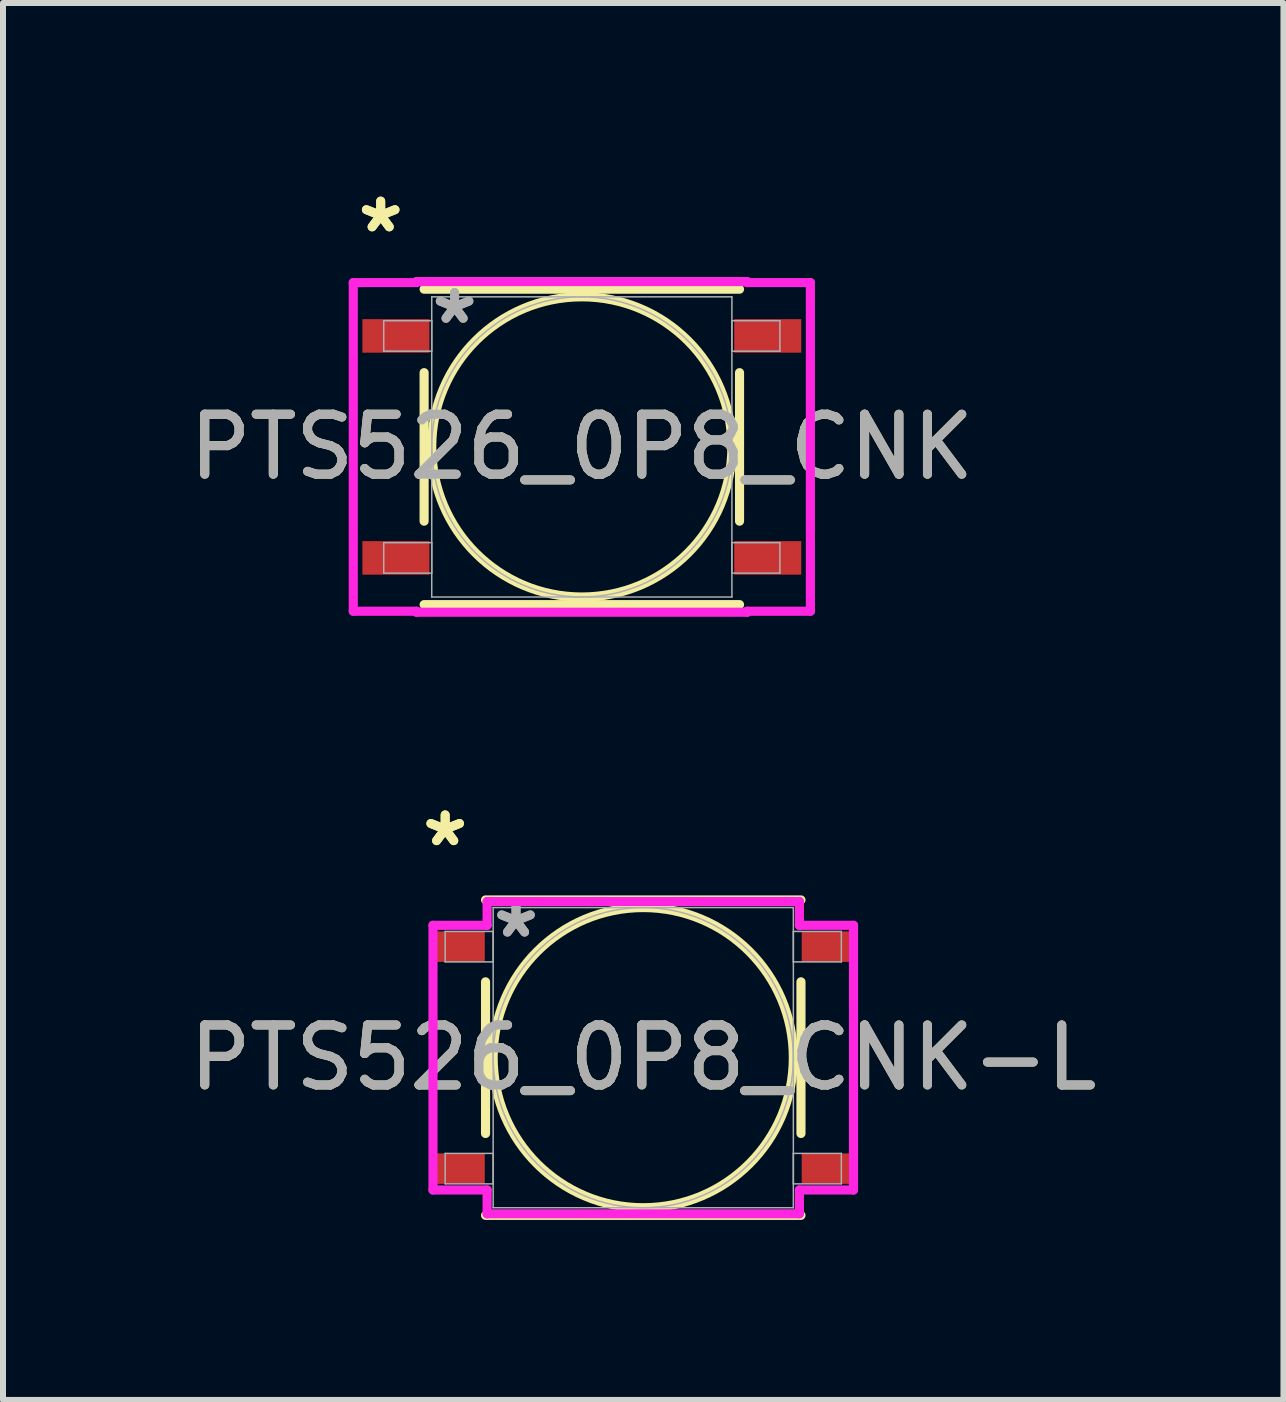
<source format=kicad_pcb>
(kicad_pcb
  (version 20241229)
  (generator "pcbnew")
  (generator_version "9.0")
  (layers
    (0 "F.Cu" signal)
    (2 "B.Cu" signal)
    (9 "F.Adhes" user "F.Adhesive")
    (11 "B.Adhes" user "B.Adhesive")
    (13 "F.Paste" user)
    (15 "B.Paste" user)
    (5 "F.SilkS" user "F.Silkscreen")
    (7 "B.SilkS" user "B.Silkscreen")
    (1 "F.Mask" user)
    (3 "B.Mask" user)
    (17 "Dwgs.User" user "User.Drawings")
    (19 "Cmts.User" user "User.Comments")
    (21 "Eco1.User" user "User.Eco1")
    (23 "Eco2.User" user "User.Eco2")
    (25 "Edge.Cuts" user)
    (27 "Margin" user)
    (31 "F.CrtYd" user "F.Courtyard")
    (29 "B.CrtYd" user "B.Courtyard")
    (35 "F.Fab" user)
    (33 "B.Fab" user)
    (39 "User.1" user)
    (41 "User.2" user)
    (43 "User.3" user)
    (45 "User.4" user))
  (footprint "PTS526_0P8_CNK"
    (layer "F.Cu")
    (at 6.649 4.4)
    (property "Reference" "PTS526_0P8_CNK" (at 0 0 0) (unlocked yes) (layer "F.SilkS") (effects (font (size 1 1) (thickness 0.15))))
    (attr smd)
    (fp_line (start -2.629 -1.238) (end -2.629 1.238) (stroke (width 0.152) (type solid)) (layer "F.SilkS"))
    (fp_line (start -2.629 2.629) (end 2.629 2.629) (stroke (width 0.152) (type solid)) (layer "F.SilkS"))
    (fp_line (start 2.629 -2.629) (end -2.629 -2.629) (stroke (width 0.152) (type solid)) (layer "F.SilkS"))
    (fp_line (start 2.629 1.238) (end 2.629 -1.238) (stroke (width 0.152) (type solid)) (layer "F.SilkS"))
    (fp_circle (center 0 0) (end 2.502 0) (stroke (width 0.152) (type solid)) (fill no) (layer "F.SilkS"))
    (fp_line (start -3.81 -2.739) (end -2.756 -2.739) (stroke (width 0.152) (type solid)) (layer "F.CrtYd"))
    (fp_line (start -3.81 2.739) (end -3.81 -2.739) (stroke (width 0.152) (type solid)) (layer "F.CrtYd"))
    (fp_line (start -2.756 -2.756) (end 2.756 -2.756) (stroke (width 0.152) (type solid)) (layer "F.CrtYd"))
    (fp_line (start -2.756 -2.739) (end -2.756 -2.756) (stroke (width 0.152) (type solid)) (layer "F.CrtYd"))
    (fp_line (start -2.756 2.739) (end -3.81 2.739) (stroke (width 0.152) (type solid)) (layer "F.CrtYd"))
    (fp_line (start -2.756 2.756) (end -2.756 2.739) (stroke (width 0.152) (type solid)) (layer "F.CrtYd"))
    (fp_line (start 2.756 -2.756) (end 2.756 -2.739) (stroke (width 0.152) (type solid)) (layer "F.CrtYd"))
    (fp_line (start 2.756 -2.739) (end 3.81 -2.739) (stroke (width 0.152) (type solid)) (layer "F.CrtYd"))
    (fp_line (start 2.756 2.739) (end 2.756 2.756) (stroke (width 0.152) (type solid)) (layer "F.CrtYd"))
    (fp_line (start 2.756 2.756) (end -2.756 2.756) (stroke (width 0.152) (type solid)) (layer "F.CrtYd"))
    (fp_line (start 3.81 -2.739) (end 3.81 2.739) (stroke (width 0.152) (type solid)) (layer "F.CrtYd"))
    (fp_line (start 3.81 2.739) (end 2.756 2.739) (stroke (width 0.152) (type solid)) (layer "F.CrtYd"))
    (fp_line (start -3.302 -2.104) (end -3.302 -1.596) (stroke (width 0.025) (type solid)) (layer "F.Fab"))
    (fp_line (start -3.302 -1.596) (end -2.502 -1.596) (stroke (width 0.025) (type solid)) (layer "F.Fab"))
    (fp_line (start -3.302 1.596) (end -3.302 2.104) (stroke (width 0.025) (type solid)) (layer "F.Fab"))
    (fp_line (start -3.302 2.104) (end -2.502 2.104) (stroke (width 0.025) (type solid)) (layer "F.Fab"))
    (fp_line (start -2.502 -2.502) (end -2.502 2.502) (stroke (width 0.025) (type solid)) (layer "F.Fab"))
    (fp_line (start -2.502 -2.104) (end -3.302 -2.104) (stroke (width 0.025) (type solid)) (layer "F.Fab"))
    (fp_line (start -2.502 -1.596) (end -2.502 -2.104) (stroke (width 0.025) (type solid)) (layer "F.Fab"))
    (fp_line (start -2.502 1.596) (end -3.302 1.596) (stroke (width 0.025) (type solid)) (layer "F.Fab"))
    (fp_line (start -2.502 2.104) (end -2.502 1.596) (stroke (width 0.025) (type solid)) (layer "F.Fab"))
    (fp_line (start -2.502 2.502) (end 2.502 2.502) (stroke (width 0.025) (type solid)) (layer "F.Fab"))
    (fp_line (start 2.502 -2.502) (end -2.502 -2.502) (stroke (width 0.025) (type solid)) (layer "F.Fab"))
    (fp_line (start 2.502 -2.104) (end 2.502 -1.596) (stroke (width 0.025) (type solid)) (layer "F.Fab"))
    (fp_line (start 2.502 -1.596) (end 3.302 -1.596) (stroke (width 0.025) (type solid)) (layer "F.Fab"))
    (fp_line (start 2.502 1.596) (end 2.502 2.104) (stroke (width 0.025) (type solid)) (layer "F.Fab"))
    (fp_line (start 2.502 2.104) (end 3.302 2.104) (stroke (width 0.025) (type solid)) (layer "F.Fab"))
    (fp_line (start 2.502 2.502) (end 2.502 -2.502) (stroke (width 0.025) (type solid)) (layer "F.Fab"))
    (fp_line (start 3.302 -2.104) (end 2.502 -2.104) (stroke (width 0.025) (type solid)) (layer "F.Fab"))
    (fp_line (start 3.302 -1.596) (end 3.302 -2.104) (stroke (width 0.025) (type solid)) (layer "F.Fab"))
    (fp_line (start 3.302 1.596) (end 2.502 1.596) (stroke (width 0.025) (type solid)) (layer "F.Fab"))
    (fp_line (start 3.302 2.104) (end 3.302 1.596) (stroke (width 0.025) (type solid)) (layer "F.Fab"))
    (fp_circle (center 0 0) (end 2.502 0) (stroke (width 0.025) (type solid)) (fill no) (layer "F.Fab"))
    (fp_text user "*" (at -3.353 -3.552 0) (unlocked yes) (layer "F.SilkS") (effects (font (size 1 1) (thickness 0.15))))
    (fp_text user "*" (at -3.353 -3.552 0) (layer "F.SilkS") (effects (font (size 1 1) (thickness 0.15))))
    (fp_text user "${REFERENCE}" (at 0 0 0) (unlocked yes) (layer "F.Fab") (effects (font (size 1 1) (thickness 0.15))))
    (fp_text user "*" (at -2.121 -2.028 0) (layer "F.Fab") (effects (font (size 1 1) (thickness 0.15))))
    (fp_text user "*" (at -2.121 -2.028 0) (unlocked yes) (layer "F.Fab") (effects (font (size 1 1) (thickness 0.15))))
    (pad "1" smd rect (at -3.099 -1.85) (size 1.118 0.559) (layers "F.Cu" "F.Mask" "F.Paste"))
    (pad "2" smd rect (at 3.099 -1.85) (size 1.118 0.559) (layers "F.Cu" "F.Mask" "F.Paste"))
    (pad "3" smd rect (at -3.099 1.85) (size 1.118 0.559) (layers "F.Cu" "F.Mask" "F.Paste"))
    (pad "4" smd rect (at 3.099 1.85) (size 1.118 0.559) (layers "F.Cu" "F.Mask" "F.Paste")))
  (footprint "PTS526_0P8_CNK-L"
    (layer "F.Cu")
    (at 7.673 14.581)
    (property "Reference" "PTS526_0P8_CNK-L" (at 0 0 0) (unlocked yes) (layer "F.SilkS") (effects (font (size 1 1) (thickness 0.15))))
    (attr smd)
    (fp_line (start -2.629 -1.264) (end -2.629 1.264) (stroke (width 0.152) (type solid)) (layer "F.SilkS"))
    (fp_line (start -2.629 2.629) (end 2.629 2.629) (stroke (width 0.152) (type solid)) (layer "F.SilkS"))
    (fp_line (start 2.629 -2.629) (end -2.629 -2.629) (stroke (width 0.152) (type solid)) (layer "F.SilkS"))
    (fp_line (start 2.629 1.264) (end 2.629 -1.264) (stroke (width 0.152) (type solid)) (layer "F.SilkS"))
    (fp_circle (center 0 0) (end 2.502 0) (stroke (width 0.152) (type solid)) (fill no) (layer "F.SilkS"))
    (fp_line (start -3.505 -2.206) (end -2.603 -2.206) (stroke (width 0.152) (type solid)) (layer "F.CrtYd"))
    (fp_line (start -3.505 2.206) (end -3.505 -2.206) (stroke (width 0.152) (type solid)) (layer "F.CrtYd"))
    (fp_line (start -2.603 -2.603) (end 2.603 -2.603) (stroke (width 0.152) (type solid)) (layer "F.CrtYd"))
    (fp_line (start -2.603 -2.206) (end -2.603 -2.603) (stroke (width 0.152) (type solid)) (layer "F.CrtYd"))
    (fp_line (start -2.603 2.206) (end -3.505 2.206) (stroke (width 0.152) (type solid)) (layer "F.CrtYd"))
    (fp_line (start -2.603 2.603) (end -2.603 2.206) (stroke (width 0.152) (type solid)) (layer "F.CrtYd"))
    (fp_line (start 2.603 -2.603) (end 2.603 -2.206) (stroke (width 0.152) (type solid)) (layer "F.CrtYd"))
    (fp_line (start 2.603 -2.206) (end 3.505 -2.206) (stroke (width 0.152) (type solid)) (layer "F.CrtYd"))
    (fp_line (start 2.603 2.206) (end 2.603 2.603) (stroke (width 0.152) (type solid)) (layer "F.CrtYd"))
    (fp_line (start 2.603 2.603) (end -2.603 2.603) (stroke (width 0.152) (type solid)) (layer "F.CrtYd"))
    (fp_line (start 3.505 -2.206) (end 3.505 2.206) (stroke (width 0.152) (type solid)) (layer "F.CrtYd"))
    (fp_line (start 3.505 2.206) (end 2.603 2.206) (stroke (width 0.152) (type solid)) (layer "F.CrtYd"))
    (fp_line (start -3.302 -2.104) (end -3.302 -1.596) (stroke (width 0.025) (type solid)) (layer "F.Fab"))
    (fp_line (start -3.302 -1.596) (end -2.502 -1.596) (stroke (width 0.025) (type solid)) (layer "F.Fab"))
    (fp_line (start -3.302 1.596) (end -3.302 2.104) (stroke (width 0.025) (type solid)) (layer "F.Fab"))
    (fp_line (start -3.302 2.104) (end -2.502 2.104) (stroke (width 0.025) (type solid)) (layer "F.Fab"))
    (fp_line (start -2.502 -2.502) (end -2.502 2.502) (stroke (width 0.025) (type solid)) (layer "F.Fab"))
    (fp_line (start -2.502 -2.104) (end -3.302 -2.104) (stroke (width 0.025) (type solid)) (layer "F.Fab"))
    (fp_line (start -2.502 -1.596) (end -2.502 -2.104) (stroke (width 0.025) (type solid)) (layer "F.Fab"))
    (fp_line (start -2.502 1.596) (end -3.302 1.596) (stroke (width 0.025) (type solid)) (layer "F.Fab"))
    (fp_line (start -2.502 2.104) (end -2.502 1.596) (stroke (width 0.025) (type solid)) (layer "F.Fab"))
    (fp_line (start -2.502 2.502) (end 2.502 2.502) (stroke (width 0.025) (type solid)) (layer "F.Fab"))
    (fp_line (start 2.502 -2.502) (end -2.502 -2.502) (stroke (width 0.025) (type solid)) (layer "F.Fab"))
    (fp_line (start 2.502 -2.104) (end 2.502 -1.596) (stroke (width 0.025) (type solid)) (layer "F.Fab"))
    (fp_line (start 2.502 -1.596) (end 3.302 -1.596) (stroke (width 0.025) (type solid)) (layer "F.Fab"))
    (fp_line (start 2.502 1.596) (end 2.502 2.104) (stroke (width 0.025) (type solid)) (layer "F.Fab"))
    (fp_line (start 2.502 2.104) (end 3.302 2.104) (stroke (width 0.025) (type solid)) (layer "F.Fab"))
    (fp_line (start 2.502 2.502) (end 2.502 -2.502) (stroke (width 0.025) (type solid)) (layer "F.Fab"))
    (fp_line (start 3.302 -2.104) (end 2.502 -2.104) (stroke (width 0.025) (type solid)) (layer "F.Fab"))
    (fp_line (start 3.302 -1.596) (end 3.302 -2.104) (stroke (width 0.025) (type solid)) (layer "F.Fab"))
    (fp_line (start 3.302 1.596) (end 2.502 1.596) (stroke (width 0.025) (type solid)) (layer "F.Fab"))
    (fp_line (start 3.302 2.104) (end 3.302 1.596) (stroke (width 0.025) (type solid)) (layer "F.Fab"))
    (fp_circle (center 0 0) (end 2.502 0) (stroke (width 0.025) (type solid)) (fill no) (layer "F.Fab"))
    (fp_text user "*" (at -3.302 -3.501 0) (unlocked yes) (layer "F.SilkS") (effects (font (size 1 1) (thickness 0.15))))
    (fp_text user "*" (at -3.302 -3.501 0) (layer "F.SilkS") (effects (font (size 1 1) (thickness 0.15))))
    (fp_text user "*" (at -2.121 -1.977 0) (unlocked yes) (layer "F.Fab") (effects (font (size 1 1) (thickness 0.15))))
    (fp_text user "*" (at -2.121 -1.977 0) (layer "F.Fab") (effects (font (size 1 1) (thickness 0.15))))
    (fp_text user "${REFERENCE}" (at 0 0 0) (unlocked yes) (layer "F.Fab") (effects (font (size 1 1) (thickness 0.15))))
    (pad "1" smd rect (at -3.048 -1.85) (size 0.813 0.508) (layers "F.Cu" "F.Mask" "F.Paste"))
    (pad "2" smd rect (at 3.048 -1.85) (size 0.813 0.508) (layers "F.Cu" "F.Mask" "F.Paste"))
    (pad "3" smd rect (at -3.048 1.85) (size 0.813 0.508) (layers "F.Cu" "F.Mask" "F.Paste"))
    (pad "4" smd rect (at 3.048 1.85) (size 0.813 0.508) (layers "F.Cu" "F.Mask" "F.Paste")))
  (gr_rect
    (start -3 -3)
    (end 18.345 20.287)
    (stroke (width 0.1) (type default))
    (fill no)
    (layer "Edge.Cuts")))
</source>
